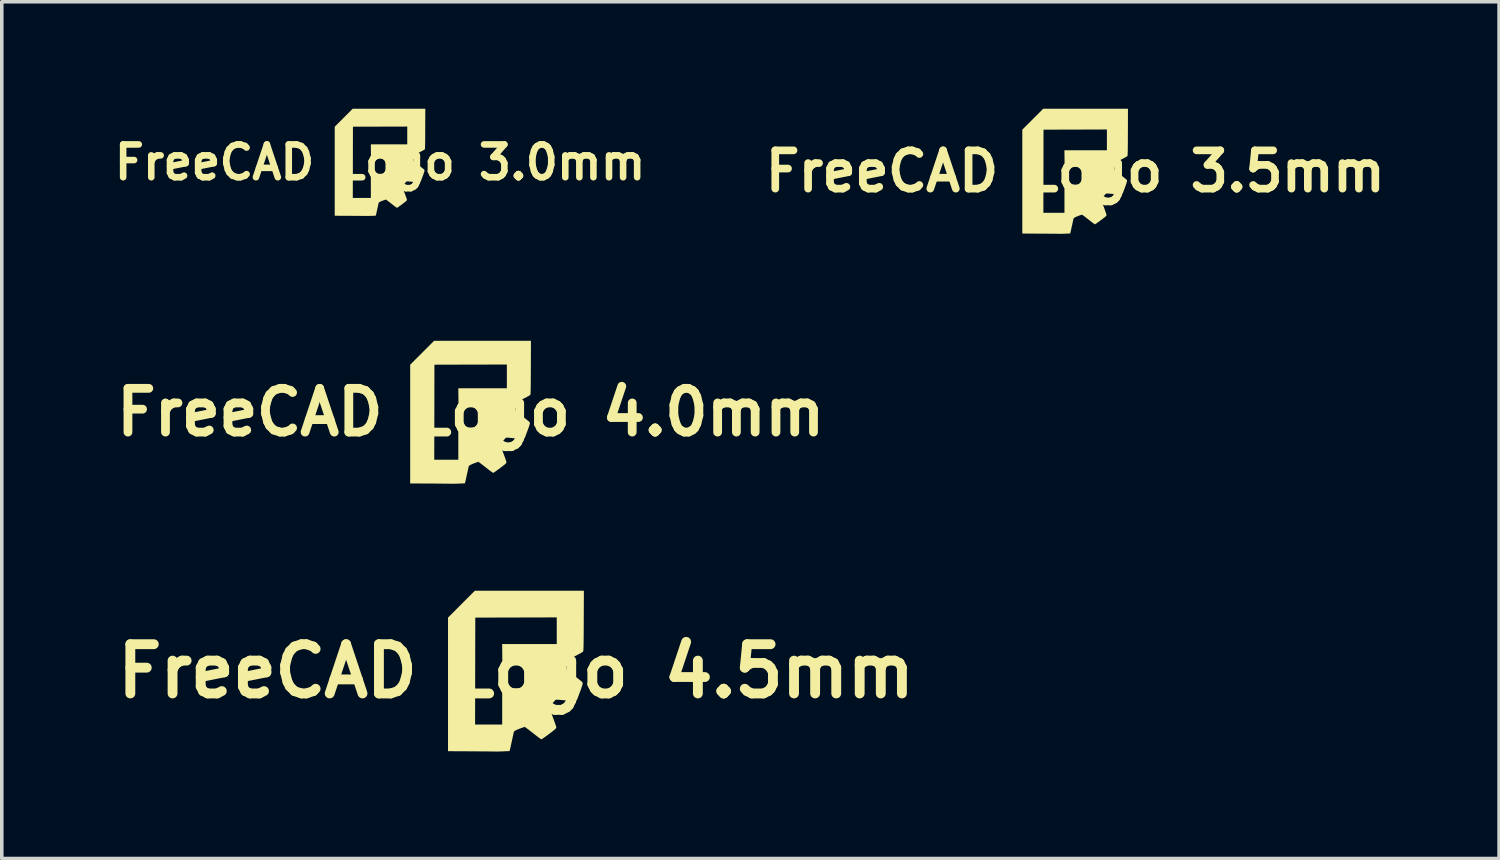
<source format=kicad_pcb>
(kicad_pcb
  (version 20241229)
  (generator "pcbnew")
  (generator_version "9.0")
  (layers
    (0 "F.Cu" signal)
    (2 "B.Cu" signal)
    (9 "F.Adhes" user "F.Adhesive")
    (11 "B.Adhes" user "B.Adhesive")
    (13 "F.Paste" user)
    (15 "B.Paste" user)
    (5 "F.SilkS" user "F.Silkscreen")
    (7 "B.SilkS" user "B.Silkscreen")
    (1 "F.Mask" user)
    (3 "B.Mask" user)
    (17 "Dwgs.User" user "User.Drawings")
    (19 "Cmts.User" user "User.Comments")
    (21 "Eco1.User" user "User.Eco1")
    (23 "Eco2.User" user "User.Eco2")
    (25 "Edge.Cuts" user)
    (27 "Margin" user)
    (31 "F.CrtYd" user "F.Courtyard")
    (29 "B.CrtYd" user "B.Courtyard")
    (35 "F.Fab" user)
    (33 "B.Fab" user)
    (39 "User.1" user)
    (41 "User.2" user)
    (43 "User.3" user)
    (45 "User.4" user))
  (footprint "FreeCAD Logo 4.0mm"
    (layer "F.Cu")
    (at 10.15 8.512)
    (property "Reference" "FreeCAD Logo 4.0mm" (at 0 0 180) (layer "F.SilkS") (effects (font (size 1.227 1.227) (thickness 0.246))))
    (attr board_only exclude_from_pos_files exclude_from_bom)
    (fp_poly (pts (xy 1.686 -1.255) (xy 1.685 -1.109) (xy 1.684 -0.982) (xy 1.684 -0.874) (xy 1.683 -0.781) (xy 1.682 -0.705) (xy 1.681 -0.642) (xy 1.679 -0.592) (xy 1.678 -0.553) (xy 1.676 -0.525) (xy 1.674 -0.505) (xy 1.671 -0.493) (xy 1.669 -0.487) (xy 1.656 -0.478) (xy 1.627 -0.461) (xy 1.587 -0.438) (xy 1.537 -0.411) (xy 1.481 -0.382) (xy 1.472 -0.377) (xy 1.416 -0.348) (xy 1.364 -0.32) (xy 1.322 -0.297) (xy 1.291 -0.278) (xy 1.275 -0.267) (xy 1.274 -0.267) (xy 1.264 -0.245) (xy 1.256 -0.209) (xy 1.251 -0.166) (xy 1.25 -0.12) (xy 1.251 -0.079) (xy 1.256 -0.048) (xy 1.261 -0.039) (xy 1.273 -0.026) (xy 1.3 -0.003) (xy 1.338 0.028) (xy 1.384 0.064) (xy 1.437 0.104) (xy 1.461 0.122) (xy 1.515 0.163) (xy 1.564 0.202) (xy 1.605 0.235) (xy 1.636 0.262) (xy 1.653 0.279) (xy 1.656 0.284) (xy 1.659 0.294) (xy 1.658 0.311) (xy 1.653 0.335) (xy 1.644 0.368) (xy 1.629 0.412) (xy 1.609 0.469) (xy 1.582 0.541) (xy 1.549 0.63) (xy 1.535 0.668) (xy 1.524 0.695) (xy 1.514 0.716) (xy 1.501 0.732) (xy 1.484 0.741) (xy 1.458 0.746) (xy 1.423 0.747) (xy 1.375 0.744) (xy 1.312 0.737) (xy 1.243 0.73) (xy 1.176 0.723) (xy 1.115 0.717) (xy 1.063 0.713) (xy 1.023 0.711) (xy 0.999 0.71) (xy 0.995 0.711) (xy 0.978 0.722) (xy 0.954 0.746) (xy 0.926 0.779) (xy 0.898 0.816) (xy 0.872 0.854) (xy 0.851 0.887) (xy 0.84 0.912) (xy 0.839 0.919) (xy 0.842 0.935) (xy 0.852 0.967) (xy 0.867 1.012) (xy 0.886 1.067) (xy 0.909 1.129) (xy 0.921 1.162) (xy 0.944 1.226) (xy 0.965 1.284) (xy 0.982 1.334) (xy 0.995 1.372) (xy 1.002 1.395) (xy 1.003 1.4) (xy 0.995 1.419) (xy 0.978 1.441) (xy 0.974 1.444) (xy 0.951 1.464) (xy 0.918 1.491) (xy 0.877 1.523) (xy 0.831 1.558) (xy 0.783 1.593) (xy 0.738 1.626) (xy 0.696 1.656) (xy 0.662 1.679) (xy 0.639 1.694) (xy 0.63 1.698) (xy 0.618 1.692) (xy 0.592 1.675) (xy 0.557 1.649) (xy 0.513 1.617) (xy 0.47 1.583) (xy 0.419 1.543) (xy 0.369 1.504) (xy 0.324 1.469) (xy 0.289 1.442) (xy 0.271 1.428) (xy 0.216 1.388) (xy 0.146 1.411) (xy 0.081 1.435) (xy 0.026 1.458) (xy -0.017 1.48) (xy -0.045 1.498) (xy -0.055 1.51) (xy -0.059 1.526) (xy -0.066 1.558) (xy -0.076 1.604) (xy -0.088 1.658) (xy -0.102 1.72) (xy -0.103 1.724) (xy -0.116 1.787) (xy -0.129 1.845) (xy -0.14 1.895) (xy -0.149 1.933) (xy -0.154 1.955) (xy -0.154 1.955) (xy -0.164 1.992) (xy -0.319 1.998) (xy -0.378 2.001) (xy -0.436 2.002) (xy -0.486 2.003) (xy -0.523 2.003) (xy -0.531 2.003) (xy -0.552 2.002) (xy -0.591 2.002) (xy -0.647 2.001) (xy -0.717 2) (xy -0.798 2) (xy -0.89 1.999) (xy -0.989 1.998) (xy -1.094 1.998) (xy -1.143 1.997) (xy -1.698 1.995) (xy -1.698 1.33) (xy -1.023 1.33) (xy -0.685 1.33) (xy -0.348 1.33) (xy -0.348 0.88) (xy -0.348 0.43) (xy -0.01 0.43) (xy 0.327 0.43) (xy 0.327 0.133) (xy 0.327 -0.163) (xy -0.008 -0.166) (xy -0.343 -0.169) (xy -0.345 -0.422) (xy -0.348 -0.675) (xy 0.332 -0.675) (xy 1.013 -0.675) (xy 1.013 -1.008) (xy 1.013 -1.34) (xy -0.003 -1.338) (xy -1.018 -1.335) (xy -1.02 -0.003) (xy -1.023 1.33) (xy -1.698 1.33) (xy -1.698 0.33) (xy -1.698 -1.335) (xy -1.363 -1.67) (xy -1.028 -2.005) (xy 0.33 -2.005) (xy 1.688 -2.005)) (stroke (width 0) (type solid)) (fill yes) (layer "F.SilkS")))
  (footprint "FreeCAD Logo 4.5mm"
    (layer "F.Cu")
    (at 11.423 15.771)
    (property "Reference" "FreeCAD Logo 4.5mm" (at 0 0 180) (layer "F.SilkS") (effects (font (size 1.381 1.381) (thickness 0.276))))
    (attr board_only exclude_from_pos_files exclude_from_bom)
    (fp_poly (pts (xy 1.896 -1.412) (xy 1.896 -1.248) (xy 1.895 -1.105) (xy 1.894 -0.983) (xy 1.893 -0.879) (xy 1.892 -0.793) (xy 1.891 -0.722) (xy 1.889 -0.666) (xy 1.887 -0.622) (xy 1.885 -0.59) (xy 1.883 -0.568) (xy 1.88 -0.555) (xy 1.877 -0.548) (xy 1.863 -0.537) (xy 1.831 -0.518) (xy 1.785 -0.492) (xy 1.729 -0.462) (xy 1.666 -0.429) (xy 1.656 -0.424) (xy 1.592 -0.391) (xy 1.535 -0.36) (xy 1.487 -0.334) (xy 1.452 -0.313) (xy 1.434 -0.301) (xy 1.433 -0.3) (xy 1.422 -0.276) (xy 1.413 -0.236) (xy 1.408 -0.186) (xy 1.406 -0.135) (xy 1.407 -0.089) (xy 1.414 -0.054) (xy 1.418 -0.043) (xy 1.432 -0.029) (xy 1.462 -0.003) (xy 1.505 0.031) (xy 1.557 0.072) (xy 1.616 0.117) (xy 1.643 0.138) (xy 1.704 0.184) (xy 1.759 0.227) (xy 1.806 0.264) (xy 1.84 0.294) (xy 1.86 0.314) (xy 1.863 0.319) (xy 1.866 0.331) (xy 1.865 0.35) (xy 1.86 0.377) (xy 1.849 0.414) (xy 1.833 0.464) (xy 1.81 0.528) (xy 1.78 0.609) (xy 1.743 0.708) (xy 1.727 0.751) (xy 1.715 0.782) (xy 1.703 0.806) (xy 1.689 0.823) (xy 1.669 0.834) (xy 1.641 0.839) (xy 1.601 0.84) (xy 1.547 0.837) (xy 1.475 0.829) (xy 1.398 0.821) (xy 1.323 0.813) (xy 1.254 0.807) (xy 1.196 0.802) (xy 1.151 0.8) (xy 1.124 0.799) (xy 1.119 0.8) (xy 1.1 0.812) (xy 1.073 0.839) (xy 1.042 0.876) (xy 1.01 0.919) (xy 0.98 0.961) (xy 0.958 0.998) (xy 0.945 1.026) (xy 0.944 1.034) (xy 0.948 1.052) (xy 0.959 1.088) (xy 0.975 1.139) (xy 0.997 1.201) (xy 1.022 1.27) (xy 1.036 1.308) (xy 1.062 1.38) (xy 1.086 1.445) (xy 1.105 1.501) (xy 1.119 1.543) (xy 1.127 1.569) (xy 1.128 1.575) (xy 1.12 1.596) (xy 1.1 1.621) (xy 1.096 1.625) (xy 1.07 1.647) (xy 1.032 1.678) (xy 0.986 1.714) (xy 0.935 1.753) (xy 0.881 1.792) (xy 0.83 1.83) (xy 0.783 1.863) (xy 0.745 1.889) (xy 0.719 1.906) (xy 0.709 1.91) (xy 0.695 1.904) (xy 0.666 1.885) (xy 0.626 1.856) (xy 0.578 1.819) (xy 0.529 1.781) (xy 0.472 1.735) (xy 0.415 1.692) (xy 0.365 1.652) (xy 0.325 1.622) (xy 0.305 1.607) (xy 0.243 1.562) (xy 0.165 1.588) (xy 0.091 1.614) (xy 0.029 1.64) (xy -0.019 1.664) (xy -0.051 1.685) (xy -0.062 1.699) (xy -0.066 1.717) (xy -0.075 1.753) (xy -0.086 1.804) (xy -0.1 1.866) (xy -0.114 1.935) (xy -0.115 1.939) (xy -0.131 2.01) (xy -0.145 2.076) (xy -0.157 2.132) (xy -0.167 2.175) (xy -0.173 2.199) (xy -0.173 2.199) (xy -0.184 2.241) (xy -0.359 2.248) (xy -0.426 2.251) (xy -0.49 2.252) (xy -0.547 2.253) (xy -0.588 2.253) (xy -0.597 2.253) (xy -0.621 2.252) (xy -0.665 2.252) (xy -0.728 2.251) (xy -0.806 2.25) (xy -0.898 2.25) (xy -1.001 2.249) (xy -1.113 2.248) (xy -1.231 2.247) (xy -1.286 2.247) (xy -1.91 2.244) (xy -1.91 1.496) (xy -1.151 1.496) (xy -0.771 1.496) (xy -0.391 1.496) (xy -0.391 0.99) (xy -0.391 0.483) (xy -0.012 0.483) (xy 0.368 0.483) (xy 0.368 0.15) (xy 0.368 -0.184) (xy -0.009 -0.187) (xy -0.386 -0.19) (xy -0.389 -0.475) (xy -0.392 -0.76) (xy 0.374 -0.76) (xy 1.139 -0.76) (xy 1.139 -1.134) (xy 1.139 -1.508) (xy -0.003 -1.505) (xy -1.145 -1.502) (xy -1.148 -0.003) (xy -1.151 1.496) (xy -1.91 1.496) (xy -1.91 0.371) (xy -1.91 -1.502) (xy -1.534 -1.879) (xy -1.157 -2.256) (xy 0.371 -2.256) (xy 1.9 -2.256)) (stroke (width 0) (type solid)) (fill yes) (layer "F.SilkS")))
  (footprint "FreeCAD Logo 3.0mm"
    (layer "F.Cu")
    (at 7.61 1.504)
    (property "Reference" "FreeCAD Logo 3.0mm" (at 0 0 180) (layer "F.SilkS") (effects (font (size 0.92 0.92) (thickness 0.184))))
    (attr board_only exclude_from_pos_files exclude_from_bom)
    (fp_poly (pts (xy 1.264 -0.941) (xy 1.264 -0.832) (xy 1.263 -0.737) (xy 1.263 -0.655) (xy 1.262 -0.586) (xy 1.261 -0.528) (xy 1.26 -0.481) (xy 1.259 -0.444) (xy 1.258 -0.415) (xy 1.257 -0.393) (xy 1.255 -0.379) (xy 1.253 -0.37) (xy 1.252 -0.366) (xy 1.242 -0.358) (xy 1.22 -0.345) (xy 1.19 -0.328) (xy 1.152 -0.308) (xy 1.11 -0.286) (xy 1.104 -0.283) (xy 1.062 -0.261) (xy 1.023 -0.24) (xy 0.991 -0.222) (xy 0.968 -0.209) (xy 0.956 -0.201) (xy 0.956 -0.2) (xy 0.948 -0.184) (xy 0.942 -0.157) (xy 0.939 -0.124) (xy 0.937 -0.09) (xy 0.938 -0.059) (xy 0.942 -0.036) (xy 0.946 -0.029) (xy 0.955 -0.019) (xy 0.975 -0.002) (xy 1.003 0.021) (xy 1.038 0.048) (xy 1.078 0.078) (xy 1.096 0.092) (xy 1.136 0.122) (xy 1.173 0.151) (xy 1.204 0.176) (xy 1.227 0.196) (xy 1.24 0.209) (xy 1.242 0.213) (xy 1.244 0.221) (xy 1.243 0.233) (xy 1.24 0.251) (xy 1.233 0.276) (xy 1.222 0.309) (xy 1.207 0.352) (xy 1.187 0.406) (xy 1.162 0.472) (xy 1.151 0.501) (xy 1.143 0.522) (xy 1.135 0.537) (xy 1.126 0.549) (xy 1.113 0.556) (xy 1.094 0.56) (xy 1.067 0.56) (xy 1.031 0.558) (xy 0.984 0.553) (xy 0.932 0.547) (xy 0.882 0.542) (xy 0.836 0.538) (xy 0.797 0.535) (xy 0.767 0.533) (xy 0.749 0.533) (xy 0.746 0.533) (xy 0.733 0.541) (xy 0.716 0.56) (xy 0.695 0.584) (xy 0.673 0.612) (xy 0.654 0.641) (xy 0.638 0.665) (xy 0.63 0.684) (xy 0.629 0.689) (xy 0.632 0.701) (xy 0.639 0.725) (xy 0.65 0.759) (xy 0.665 0.801) (xy 0.681 0.847) (xy 0.691 0.872) (xy 0.708 0.92) (xy 0.724 0.963) (xy 0.737 1) (xy 0.746 1.029) (xy 0.751 1.046) (xy 0.752 1.05) (xy 0.747 1.064) (xy 0.734 1.081) (xy 0.731 1.083) (xy 0.714 1.098) (xy 0.688 1.118) (xy 0.657 1.142) (xy 0.623 1.168) (xy 0.588 1.195) (xy 0.553 1.22) (xy 0.522 1.242) (xy 0.497 1.259) (xy 0.479 1.27) (xy 0.472 1.274) (xy 0.463 1.269) (xy 0.444 1.256) (xy 0.417 1.237) (xy 0.385 1.213) (xy 0.353 1.187) (xy 0.314 1.157) (xy 0.277 1.128) (xy 0.243 1.102) (xy 0.217 1.081) (xy 0.203 1.071) (xy 0.162 1.041) (xy 0.11 1.059) (xy 0.061 1.076) (xy 0.019 1.094) (xy -0.013 1.11) (xy -0.034 1.124) (xy -0.041 1.133) (xy -0.044 1.145) (xy -0.05 1.169) (xy -0.057 1.203) (xy -0.066 1.244) (xy -0.076 1.29) (xy -0.077 1.293) (xy -0.087 1.34) (xy -0.097 1.384) (xy -0.105 1.421) (xy -0.111 1.45) (xy -0.115 1.466) (xy -0.115 1.466) (xy -0.123 1.494) (xy -0.239 1.499) (xy -0.284 1.5) (xy -0.327 1.502) (xy -0.364 1.502) (xy -0.392 1.502) (xy -0.398 1.502) (xy -0.414 1.502) (xy -0.444 1.501) (xy -0.485 1.501) (xy -0.538 1.5) (xy -0.599 1.5) (xy -0.667 1.499) (xy -0.742 1.499) (xy -0.82 1.498) (xy -0.857 1.498) (xy -1.274 1.496) (xy -1.274 0.997) (xy -0.767 0.997) (xy -0.514 0.997) (xy -0.261 0.997) (xy -0.261 0.66) (xy -0.261 0.322) (xy -0.008 0.322) (xy 0.246 0.322) (xy 0.246 0.1) (xy 0.246 -0.123) (xy -0.006 -0.125) (xy -0.257 -0.127) (xy -0.259 -0.316) (xy -0.261 -0.506) (xy 0.249 -0.506) (xy 0.76 -0.506) (xy 0.76 -0.756) (xy 0.76 -1.005) (xy -0.002 -1.003) (xy -0.763 -1.001) (xy -0.765 -0.002) (xy -0.767 0.997) (xy -1.274 0.997) (xy -1.274 0.247) (xy -1.274 -1.001) (xy -1.022 -1.252) (xy -0.771 -1.504) (xy 0.248 -1.504) (xy 1.266 -1.504)) (stroke (width 0) (type solid)) (fill yes) (layer "F.SilkS")))
  (footprint "FreeCAD Logo 3.5mm"
    (layer "F.Cu")
    (at 27.103 1.754)
    (property "Reference" "FreeCAD Logo 3.5mm" (at 0 0 180) (layer "F.SilkS") (effects (font (size 1.074 1.074) (thickness 0.215))))
    (attr board_only exclude_from_pos_files exclude_from_bom)
    (fp_poly (pts (xy 1.475 -1.098) (xy 1.474 -0.97) (xy 1.474 -0.86) (xy 1.473 -0.764) (xy 1.472 -0.684) (xy 1.472 -0.617) (xy 1.471 -0.562) (xy 1.469 -0.518) (xy 1.468 -0.484) (xy 1.466 -0.459) (xy 1.465 -0.442) (xy 1.462 -0.431) (xy 1.46 -0.427) (xy 1.449 -0.418) (xy 1.424 -0.403) (xy 1.388 -0.383) (xy 1.345 -0.359) (xy 1.296 -0.334) (xy 1.288 -0.33) (xy 1.239 -0.304) (xy 1.194 -0.28) (xy 1.157 -0.26) (xy 1.13 -0.244) (xy 1.116 -0.234) (xy 1.115 -0.233) (xy 1.106 -0.214) (xy 1.099 -0.183) (xy 1.095 -0.145) (xy 1.093 -0.105) (xy 1.095 -0.069) (xy 1.099 -0.042) (xy 1.103 -0.034) (xy 1.114 -0.022) (xy 1.137 -0.002) (xy 1.17 0.024) (xy 1.211 0.056) (xy 1.257 0.091) (xy 1.278 0.107) (xy 1.326 0.143) (xy 1.368 0.176) (xy 1.404 0.206) (xy 1.431 0.229) (xy 1.447 0.244) (xy 1.449 0.248) (xy 1.451 0.258) (xy 1.451 0.272) (xy 1.446 0.293) (xy 1.438 0.322) (xy 1.425 0.361) (xy 1.408 0.411) (xy 1.385 0.474) (xy 1.356 0.551) (xy 1.343 0.584) (xy 1.334 0.608) (xy 1.325 0.627) (xy 1.313 0.64) (xy 1.298 0.649) (xy 1.276 0.653) (xy 1.245 0.653) (xy 1.203 0.651) (xy 1.148 0.645) (xy 1.088 0.639) (xy 1.029 0.633) (xy 0.976 0.628) (xy 0.93 0.624) (xy 0.895 0.622) (xy 0.874 0.622) (xy 0.87 0.622) (xy 0.856 0.632) (xy 0.835 0.653) (xy 0.81 0.682) (xy 0.785 0.714) (xy 0.763 0.747) (xy 0.745 0.776) (xy 0.735 0.798) (xy 0.734 0.804) (xy 0.737 0.818) (xy 0.746 0.846) (xy 0.759 0.886) (xy 0.775 0.934) (xy 0.795 0.988) (xy 0.806 1.017) (xy 0.826 1.073) (xy 0.844 1.124) (xy 0.859 1.167) (xy 0.87 1.2) (xy 0.876 1.221) (xy 0.877 1.225) (xy 0.871 1.241) (xy 0.856 1.261) (xy 0.853 1.264) (xy 0.832 1.281) (xy 0.803 1.305) (xy 0.767 1.333) (xy 0.727 1.363) (xy 0.685 1.394) (xy 0.645 1.423) (xy 0.609 1.449) (xy 0.58 1.469) (xy 0.559 1.482) (xy 0.551 1.486) (xy 0.54 1.481) (xy 0.518 1.466) (xy 0.487 1.443) (xy 0.449 1.415) (xy 0.412 1.385) (xy 0.367 1.35) (xy 0.323 1.316) (xy 0.284 1.285) (xy 0.253 1.261) (xy 0.237 1.25) (xy 0.189 1.215) (xy 0.128 1.235) (xy 0.071 1.256) (xy 0.022 1.276) (xy -0.015 1.295) (xy -0.04 1.311) (xy -0.048 1.322) (xy -0.052 1.335) (xy -0.058 1.363) (xy -0.067 1.403) (xy -0.077 1.451) (xy -0.089 1.505) (xy -0.09 1.508) (xy -0.102 1.563) (xy -0.113 1.615) (xy -0.122 1.658) (xy -0.13 1.691) (xy -0.135 1.71) (xy -0.135 1.711) (xy -0.143 1.743) (xy -0.279 1.749) (xy -0.331 1.751) (xy -0.381 1.752) (xy -0.425 1.753) (xy -0.457 1.753) (xy -0.465 1.752) (xy -0.483 1.752) (xy -0.518 1.751) (xy -0.566 1.751) (xy -0.627 1.75) (xy -0.699 1.75) (xy -0.779 1.749) (xy -0.865 1.748) (xy -0.957 1.748) (xy -1 1.748) (xy -1.486 1.745) (xy -1.486 1.164) (xy -0.895 1.164) (xy -0.6 1.164) (xy -0.304 1.164) (xy -0.304 0.77) (xy -0.304 0.376) (xy -0.009 0.376) (xy 0.286 0.376) (xy 0.286 0.116) (xy 0.286 -0.143) (xy -0.007 -0.145) (xy -0.3 -0.148) (xy -0.302 -0.369) (xy -0.305 -0.591) (xy 0.291 -0.591) (xy 0.886 -0.591) (xy 0.886 -0.882) (xy 0.886 -1.173) (xy -0.002 -1.17) (xy -0.891 -1.168) (xy -0.893 -0.002) (xy -0.895 1.164) (xy -1.486 1.164) (xy -1.486 0.289) (xy -1.486 -1.168) (xy -1.193 -1.461) (xy -0.9 -1.754) (xy 0.289 -1.754) (xy 1.477 -1.754)) (stroke (width 0) (type solid)) (fill yes) (layer "F.SilkS")))
  (gr_rect
    (start -3 -3)
    (end 38.987 21.024)
    (stroke (width 0.1) (type default))
    (fill no)
    (layer "Edge.Cuts")))
</source>
